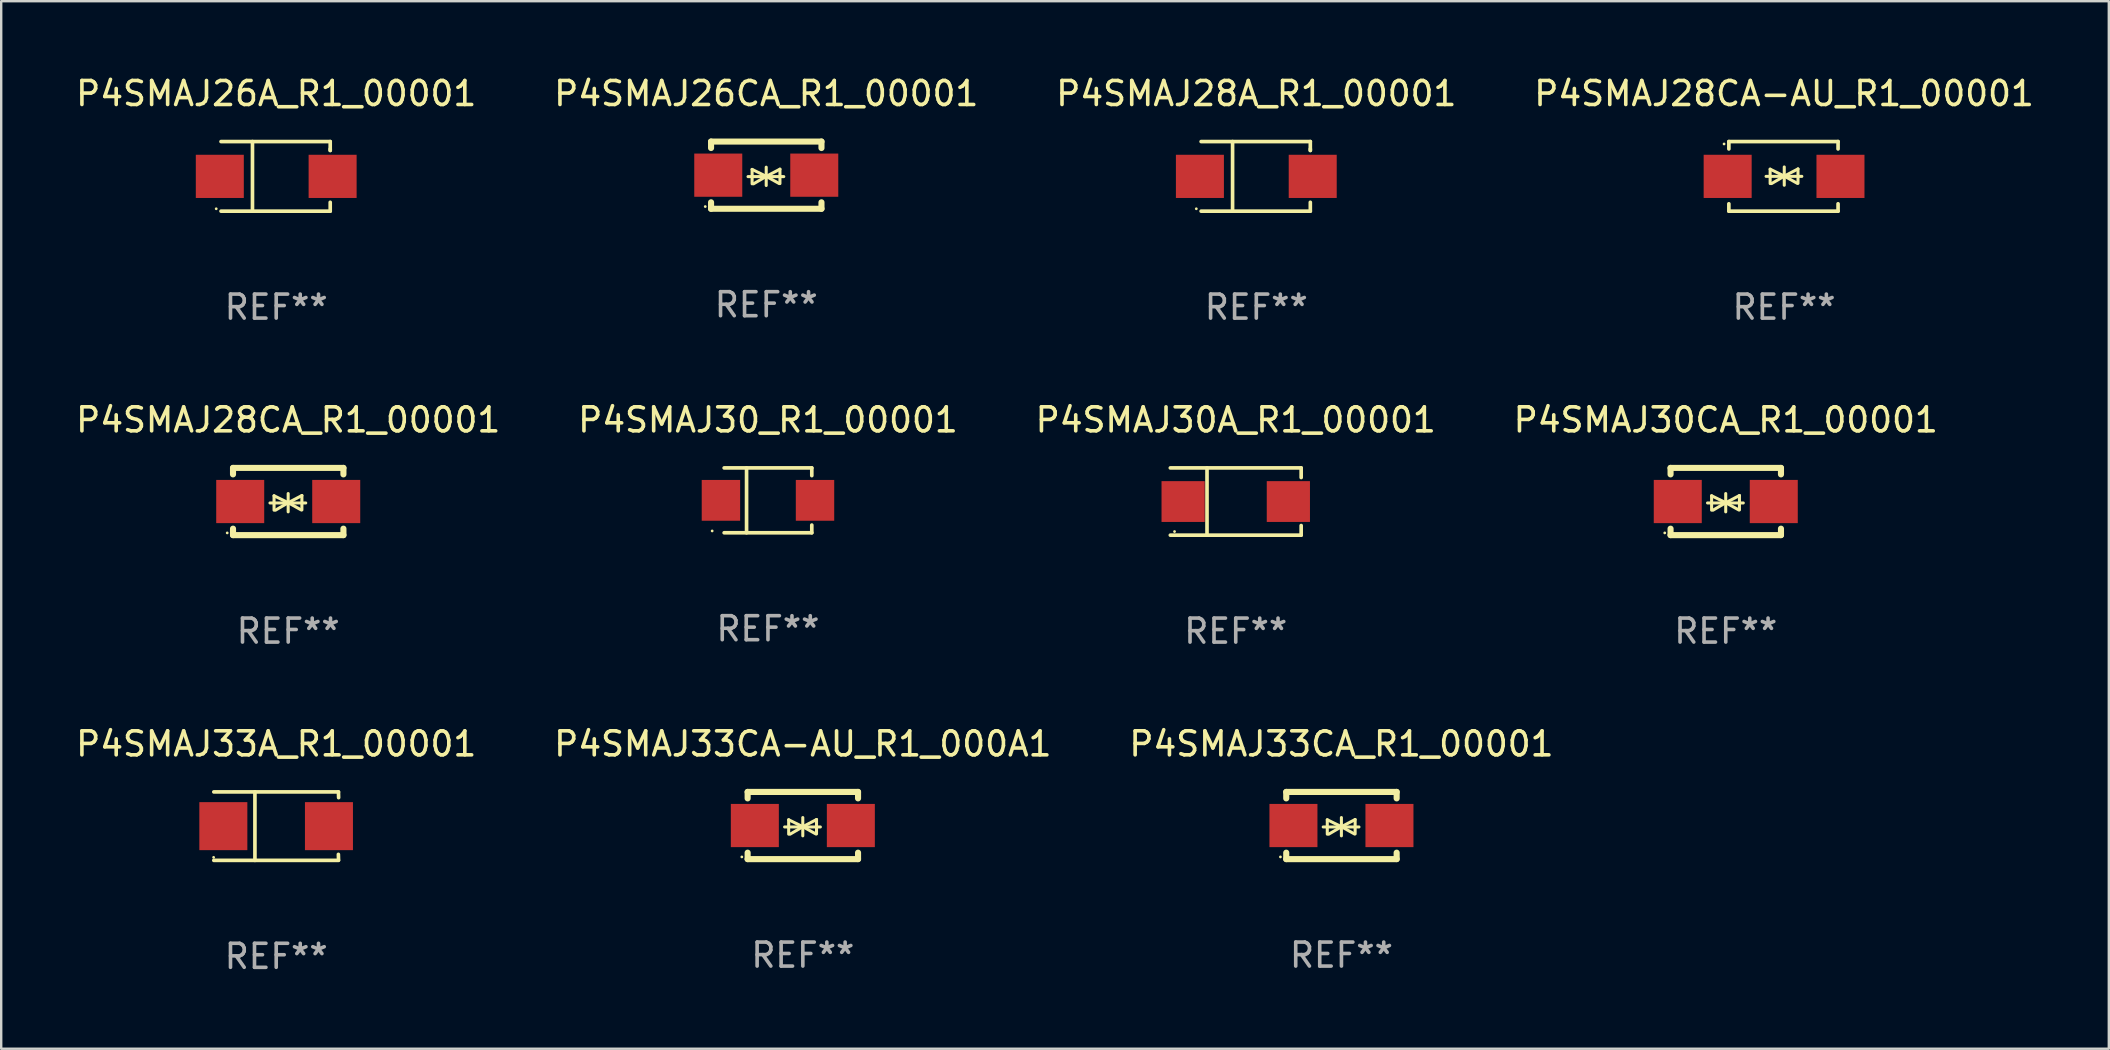
<source format=kicad_pcb>
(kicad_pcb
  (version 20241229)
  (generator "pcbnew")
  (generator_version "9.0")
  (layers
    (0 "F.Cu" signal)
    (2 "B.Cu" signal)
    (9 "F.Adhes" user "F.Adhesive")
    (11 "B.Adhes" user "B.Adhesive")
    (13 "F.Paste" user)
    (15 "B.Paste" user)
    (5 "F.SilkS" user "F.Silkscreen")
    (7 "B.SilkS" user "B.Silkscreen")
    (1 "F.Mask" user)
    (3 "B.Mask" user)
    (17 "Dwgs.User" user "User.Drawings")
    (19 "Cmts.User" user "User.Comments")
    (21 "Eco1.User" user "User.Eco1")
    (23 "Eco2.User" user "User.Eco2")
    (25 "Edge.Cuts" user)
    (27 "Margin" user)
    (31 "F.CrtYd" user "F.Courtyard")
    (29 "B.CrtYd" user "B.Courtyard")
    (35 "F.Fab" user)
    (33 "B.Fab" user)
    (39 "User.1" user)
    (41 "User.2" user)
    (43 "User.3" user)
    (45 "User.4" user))
  (footprint "P4SMAJ33A_R1_00001"
    (layer "F.Cu")
    (at 8.458 31.37)
    (property "Reference" "P4SMAJ33A_R1_00001" (at 0 -3.426 0) (layer "F.SilkS") (effects (font (size 1 1) (thickness 0.15))))
    (attr through_hole)
    (fp_line (start -2.6 -1.426) (end 2.593 -1.426) (stroke (width 0.152) (type solid)) (layer "F.SilkS"))
    (fp_line (start -2.6 1.426) (end 2.593 1.426) (stroke (width 0.152) (type solid)) (layer "F.SilkS"))
    (fp_line (start -0.887 -1.426) (end -0.887 1.426) (stroke (width 0.152) (type solid)) (layer "F.SilkS"))
    (fp_line (start 2.59 1.176) (end 2.597 1.415) (stroke (width 0.152) (type solid)) (layer "F.SilkS"))
    (fp_line (start 2.593 -1.426) (end 2.6 -1.187) (stroke (width 0.152) (type solid)) (layer "F.SilkS"))
    (fp_circle (center -2.608 1.3) (end -2.578 1.3) (stroke (width 0.06) (type solid)) (fill no) (layer "F.SilkS"))
    (fp_text user "REF**" (at 0 5.426 0) (layer "F.Fab") (effects (font (size 1 1) (thickness 0.15))))
    (pad "1" smd rect (at -2.203 0 180) (size 2 2) (layers "F.Cu" "F.Mask" "F.Paste"))
    (pad "2" smd rect (at 2.197 0 180) (size 2 2) (layers "F.Cu" "F.Mask" "F.Paste")))
  (footprint "P4SMAJ28CA_R1_00001"
    (layer "F.Cu")
    (at 8.958 17.845)
    (property "Reference" "P4SMAJ28CA_R1_00001" (at 0 -3.4 0) (layer "F.SilkS") (effects (font (size 1 1) (thickness 0.15))))
    (attr through_hole)
    (fp_line (start -2.3 -1.4) (end -2.3 -1.131) (stroke (width 0.254) (type solid)) (layer "F.SilkS"))
    (fp_line (start -2.3 -1.4) (end 2.3 -1.4) (stroke (width 0.254) (type solid)) (layer "F.SilkS"))
    (fp_line (start -2.3 1.131) (end -2.3 1.4) (stroke (width 0.254) (type solid)) (layer "F.SilkS"))
    (fp_line (start -2.3 1.4) (end 2.3 1.4) (stroke (width 0.254) (type solid)) (layer "F.SilkS"))
    (fp_line (start -0.76 0.06) (end 0.73 0.06) (stroke (width 0.127) (type solid)) (layer "F.SilkS"))
    (fp_line (start -0.59 -0.24) (end -0.59 0.36) (stroke (width 0.127) (type solid)) (layer "F.SilkS"))
    (fp_line (start -0.59 -0.24) (end -0.002 0.049) (stroke (width 0.127) (type solid)) (layer "F.SilkS"))
    (fp_line (start -0.53 0.36) (end -0.002 0.049) (stroke (width 0.127) (type solid)) (layer "F.SilkS"))
    (fp_line (start -0.002 0.049) (end -0.002 -0.332) (stroke (width 0.127) (type solid)) (layer "F.SilkS"))
    (fp_line (start -0.002 0.049) (end -0.002 0.43) (stroke (width 0.127) (type solid)) (layer "F.SilkS"))
    (fp_line (start 0.54 0.35) (end -0.002 0.049) (stroke (width 0.127) (type solid)) (layer "F.SilkS"))
    (fp_line (start 0.57 -0.25) (end -0.002 0.049) (stroke (width 0.127) (type solid)) (layer "F.SilkS"))
    (fp_line (start 0.57 -0.25) (end 0.57 0.35) (stroke (width 0.127) (type solid)) (layer "F.SilkS"))
    (fp_line (start 2.3 -1.4) (end 2.3 -1.131) (stroke (width 0.254) (type solid)) (layer "F.SilkS"))
    (fp_line (start 2.3 1.131) (end 2.3 1.4) (stroke (width 0.254) (type solid)) (layer "F.SilkS"))
    (fp_circle (center -2.542 1.308) (end -2.512 1.308) (stroke (width 0.06) (type solid)) (fill no) (layer "F.SilkS"))
    (fp_text user "REF**" (at 0 5.4 0) (layer "F.Fab") (effects (font (size 1 1) (thickness 0.15))))
    (pad "1" smd rect (at -2 0) (size 2 1.8) (layers "F.Cu" "F.Mask" "F.Paste"))
    (pad "2" smd rect (at 2 0) (size 2 1.8) (layers "F.Cu" "F.Mask" "F.Paste")))
  (footprint "P4SMAJ26CA_R1_00001"
    (layer "F.Cu")
    (at 28.875 4.248)
    (property "Reference" "P4SMAJ26CA_R1_00001" (at 0 -3.4 0) (layer "F.SilkS") (effects (font (size 1 1) (thickness 0.15))))
    (attr through_hole)
    (fp_line (start -2.3 -1.4) (end -2.3 -1.131) (stroke (width 0.254) (type solid)) (layer "F.SilkS"))
    (fp_line (start -2.3 -1.4) (end 2.3 -1.4) (stroke (width 0.254) (type solid)) (layer "F.SilkS"))
    (fp_line (start -2.3 1.131) (end -2.3 1.4) (stroke (width 0.254) (type solid)) (layer "F.SilkS"))
    (fp_line (start -2.3 1.4) (end 2.3 1.4) (stroke (width 0.254) (type solid)) (layer "F.SilkS"))
    (fp_line (start -0.76 0.06) (end 0.73 0.06) (stroke (width 0.127) (type solid)) (layer "F.SilkS"))
    (fp_line (start -0.59 -0.24) (end -0.59 0.36) (stroke (width 0.127) (type solid)) (layer "F.SilkS"))
    (fp_line (start -0.59 -0.24) (end -0.002 0.049) (stroke (width 0.127) (type solid)) (layer "F.SilkS"))
    (fp_line (start -0.53 0.36) (end -0.002 0.049) (stroke (width 0.127) (type solid)) (layer "F.SilkS"))
    (fp_line (start -0.002 0.049) (end -0.002 -0.332) (stroke (width 0.127) (type solid)) (layer "F.SilkS"))
    (fp_line (start -0.002 0.049) (end -0.002 0.43) (stroke (width 0.127) (type solid)) (layer "F.SilkS"))
    (fp_line (start 0.54 0.35) (end -0.002 0.049) (stroke (width 0.127) (type solid)) (layer "F.SilkS"))
    (fp_line (start 0.57 -0.25) (end -0.002 0.049) (stroke (width 0.127) (type solid)) (layer "F.SilkS"))
    (fp_line (start 0.57 -0.25) (end 0.57 0.35) (stroke (width 0.127) (type solid)) (layer "F.SilkS"))
    (fp_line (start 2.3 -1.4) (end 2.3 -1.131) (stroke (width 0.254) (type solid)) (layer "F.SilkS"))
    (fp_line (start 2.3 1.131) (end 2.3 1.4) (stroke (width 0.254) (type solid)) (layer "F.SilkS"))
    (fp_circle (center -2.542 1.308) (end -2.512 1.308) (stroke (width 0.06) (type solid)) (fill no) (layer "F.SilkS"))
    (fp_text user "REF**" (at 0 5.4 0) (layer "F.Fab") (effects (font (size 1 1) (thickness 0.15))))
    (pad "1" smd rect (at -2 0) (size 2 1.8) (layers "F.Cu" "F.Mask" "F.Paste"))
    (pad "2" smd rect (at 2 0) (size 2 1.8) (layers "F.Cu" "F.Mask" "F.Paste")))
  (footprint "P4SMAJ28A_R1_00001"
    (layer "F.Cu")
    (at 49.292 4.298)
    (property "Reference" "P4SMAJ28A_R1_00001" (at 0 -3.45 0) (layer "F.SilkS") (effects (font (size 1 1) (thickness 0.15))))
    (attr through_hole)
    (fp_line (start -2.3 -1.45) (end 2.25 -1.45) (stroke (width 0.152) (type solid)) (layer "F.SilkS"))
    (fp_line (start -0.989 -1.45) (end -0.989 1.45) (stroke (width 0.152) (type solid)) (layer "F.SilkS"))
    (fp_line (start 2.25 -1.45) (end 2.25 -1.08) (stroke (width 0.152) (type solid)) (layer "F.SilkS"))
    (fp_line (start 2.25 -1.08) (end 2.25 -1.142) (stroke (width 0.152) (type solid)) (layer "F.SilkS"))
    (fp_line (start 2.25 1.45) (end -2.3 1.45) (stroke (width 0.152) (type solid)) (layer "F.SilkS"))
    (fp_line (start 2.25 1.45) (end 2.25 1.08) (stroke (width 0.152) (type solid)) (layer "F.SilkS"))
    (fp_circle (center -2.5 1.35) (end -2.47 1.35) (stroke (width 0.06) (type solid)) (fill no) (layer "F.SilkS"))
    (fp_text user "REF**" (at 0 5.45 0) (layer "F.Fab") (effects (font (size 1 1) (thickness 0.15))))
    (pad "1" smd rect (at -2.35 0.000025) (size 2 1.8) (layers "F.Cu" "F.Mask" "F.Paste"))
    (pad "2" smd rect (at 2.35 0.000025) (size 2 1.8) (layers "F.Cu" "F.Mask" "F.Paste")))
  (footprint "P4SMAJ26A_R1_00001"
    (layer "F.Cu")
    (at 8.458 4.298)
    (property "Reference" "P4SMAJ26A_R1_00001" (at 0 -3.45 0) (layer "F.SilkS") (effects (font (size 1 1) (thickness 0.15))))
    (attr through_hole)
    (fp_line (start -2.3 -1.45) (end 2.25 -1.45) (stroke (width 0.152) (type solid)) (layer "F.SilkS"))
    (fp_line (start -0.989 -1.45) (end -0.989 1.45) (stroke (width 0.152) (type solid)) (layer "F.SilkS"))
    (fp_line (start 2.25 -1.45) (end 2.25 -1.08) (stroke (width 0.152) (type solid)) (layer "F.SilkS"))
    (fp_line (start 2.25 -1.08) (end 2.25 -1.142) (stroke (width 0.152) (type solid)) (layer "F.SilkS"))
    (fp_line (start 2.25 1.45) (end -2.3 1.45) (stroke (width 0.152) (type solid)) (layer "F.SilkS"))
    (fp_line (start 2.25 1.45) (end 2.25 1.08) (stroke (width 0.152) (type solid)) (layer "F.SilkS"))
    (fp_circle (center -2.5 1.35) (end -2.47 1.35) (stroke (width 0.06) (type solid)) (fill no) (layer "F.SilkS"))
    (fp_text user "REF**" (at 0 5.45 0) (layer "F.Fab") (effects (font (size 1 1) (thickness 0.15))))
    (pad "1" smd rect (at -2.35 0.000025) (size 2 1.8) (layers "F.Cu" "F.Mask" "F.Paste"))
    (pad "2" smd rect (at 2.35 0.000025) (size 2 1.8) (layers "F.Cu" "F.Mask" "F.Paste")))
  (footprint "P4SMAJ28CA-AU_R1_00001"
    (layer "F.Cu")
    (at 71.28 4.298)
    (property "Reference" "P4SMAJ28CA-AU_R1_00001" (at 0 -3.45 0) (layer "F.SilkS") (effects (font (size 1 1) (thickness 0.15))))
    (attr through_hole)
    (fp_line (start -2.3 -1.45) (end -2.3 -1.143) (stroke (width 0.152) (type solid)) (layer "F.SilkS"))
    (fp_line (start -2.3 -1.45) (end 2.25 -1.45) (stroke (width 0.152) (type solid)) (layer "F.SilkS"))
    (fp_line (start -2.3 1.45) (end -2.3 1.143) (stroke (width 0.152) (type solid)) (layer "F.SilkS"))
    (fp_line (start -0.75 0.000025) (end 0.74 0.000025) (stroke (width 0.127) (type solid)) (layer "F.SilkS"))
    (fp_line (start -0.58 -0.3) (end -0.58 0.3) (stroke (width 0.127) (type solid)) (layer "F.SilkS"))
    (fp_line (start -0.58 -0.3) (end 0.008 -0.011) (stroke (width 0.127) (type solid)) (layer "F.SilkS"))
    (fp_line (start -0.52 0.3) (end 0.008 -0.011) (stroke (width 0.127) (type solid)) (layer "F.SilkS"))
    (fp_line (start 0.008 -0.011) (end 0.008 -0.392) (stroke (width 0.127) (type solid)) (layer "F.SilkS"))
    (fp_line (start 0.008 -0.011) (end 0.008 0.37) (stroke (width 0.127) (type solid)) (layer "F.SilkS"))
    (fp_line (start 0.55 0.29) (end 0.008 -0.011) (stroke (width 0.127) (type solid)) (layer "F.SilkS"))
    (fp_line (start 0.58 -0.31) (end 0.008 -0.011) (stroke (width 0.127) (type solid)) (layer "F.SilkS"))
    (fp_line (start 0.58 -0.31) (end 0.58 0.29) (stroke (width 0.127) (type solid)) (layer "F.SilkS"))
    (fp_line (start 2.25 -1.45) (end 2.25 -1.143) (stroke (width 0.152) (type solid)) (layer "F.SilkS"))
    (fp_line (start 2.25 1.45) (end -2.3 1.45) (stroke (width 0.152) (type solid)) (layer "F.SilkS"))
    (fp_line (start 2.25 1.45) (end 2.25 1.143) (stroke (width 0.152) (type solid)) (layer "F.SilkS"))
    (fp_circle (center -2.5 -1.35) (end -2.47 -1.35) (stroke (width 0.06) (type solid)) (fill no) (layer "F.SilkS"))
    (fp_text user "REF**" (at 0 5.45 0) (layer "F.Fab") (effects (font (size 1 1) (thickness 0.15))))
    (pad "1" smd rect (at -2.35 -0.000025) (size 2 1.8) (layers "F.Cu" "F.Mask" "F.Paste"))
    (pad "2" smd rect (at 2.35 -0.000025) (size 2 1.8) (layers "F.Cu" "F.Mask" "F.Paste")))
  (footprint "P4SMAJ30_R1_00001"
    (layer "F.Cu")
    (at 28.946 17.796)
    (property "Reference" "P4SMAJ30_R1_00001" (at 0 -3.351 0) (layer "F.SilkS") (effects (font (size 1 1) (thickness 0.15))))
    (attr through_hole)
    (fp_line (start -1.826 -1.351) (end 1.826 -1.351) (stroke (width 0.152) (type solid)) (layer "F.SilkS"))
    (fp_line (start -1.826 1.351) (end 1.826 1.351) (stroke (width 0.152) (type solid)) (layer "F.SilkS"))
    (fp_line (start -0.892 -1.351) (end -0.892 1.351) (stroke (width 0.152) (type solid)) (layer "F.SilkS"))
    (fp_line (start 1.826 -1.351) (end 1.826 -1.03) (stroke (width 0.152) (type solid)) (layer "F.SilkS"))
    (fp_line (start 1.826 1.03) (end 1.826 1.351) (stroke (width 0.152) (type solid)) (layer "F.SilkS"))
    (fp_circle (center -2.325 1.275) (end -2.295 1.275) (stroke (width 0.06) (type solid)) (fill no) (layer "F.SilkS"))
    (fp_text user "REF**" (at 0 5.351 0) (layer "F.Fab") (effects (font (size 1 1) (thickness 0.15))))
    (pad "1" smd rect (at -1.96 0 180) (size 1.6 1.7) (layers "F.Cu" "F.Mask" "F.Paste"))
    (pad "2" smd rect (at 1.96 0 180) (size 1.6 1.7) (layers "F.Cu" "F.Mask" "F.Paste")))
  (footprint "P4SMAJ33CA_R1_00001"
    (layer "F.Cu")
    (at 52.839 31.344)
    (property "Reference" "P4SMAJ33CA_R1_00001" (at 0 -3.4 0) (layer "F.SilkS") (effects (font (size 1 1) (thickness 0.15))))
    (attr through_hole)
    (fp_line (start -2.3 -1.4) (end -2.3 -1.131) (stroke (width 0.254) (type solid)) (layer "F.SilkS"))
    (fp_line (start -2.3 -1.4) (end 2.3 -1.4) (stroke (width 0.254) (type solid)) (layer "F.SilkS"))
    (fp_line (start -2.3 1.131) (end -2.3 1.4) (stroke (width 0.254) (type solid)) (layer "F.SilkS"))
    (fp_line (start -2.3 1.4) (end 2.3 1.4) (stroke (width 0.254) (type solid)) (layer "F.SilkS"))
    (fp_line (start -0.76 0.06) (end 0.73 0.06) (stroke (width 0.127) (type solid)) (layer "F.SilkS"))
    (fp_line (start -0.59 -0.24) (end -0.59 0.36) (stroke (width 0.127) (type solid)) (layer "F.SilkS"))
    (fp_line (start -0.59 -0.24) (end -0.002 0.049) (stroke (width 0.127) (type solid)) (layer "F.SilkS"))
    (fp_line (start -0.53 0.36) (end -0.002 0.049) (stroke (width 0.127) (type solid)) (layer "F.SilkS"))
    (fp_line (start -0.002 0.049) (end -0.002 -0.332) (stroke (width 0.127) (type solid)) (layer "F.SilkS"))
    (fp_line (start -0.002 0.049) (end -0.002 0.43) (stroke (width 0.127) (type solid)) (layer "F.SilkS"))
    (fp_line (start 0.54 0.35) (end -0.002 0.049) (stroke (width 0.127) (type solid)) (layer "F.SilkS"))
    (fp_line (start 0.57 -0.25) (end -0.002 0.049) (stroke (width 0.127) (type solid)) (layer "F.SilkS"))
    (fp_line (start 0.57 -0.25) (end 0.57 0.35) (stroke (width 0.127) (type solid)) (layer "F.SilkS"))
    (fp_line (start 2.3 -1.4) (end 2.3 -1.131) (stroke (width 0.254) (type solid)) (layer "F.SilkS"))
    (fp_line (start 2.3 1.131) (end 2.3 1.4) (stroke (width 0.254) (type solid)) (layer "F.SilkS"))
    (fp_circle (center -2.542 1.308) (end -2.512 1.308) (stroke (width 0.06) (type solid)) (fill no) (layer "F.SilkS"))
    (fp_text user "REF**" (at 0 5.4 0) (layer "F.Fab") (effects (font (size 1 1) (thickness 0.15))))
    (pad "1" smd rect (at -2 0) (size 2 1.8) (layers "F.Cu" "F.Mask" "F.Paste"))
    (pad "2" smd rect (at 2 0) (size 2 1.8) (layers "F.Cu" "F.Mask" "F.Paste")))
  (footprint "P4SMAJ33CA-AU_R1_000A1"
    (layer "F.Cu")
    (at 30.399 31.344)
    (property "Reference" "P4SMAJ33CA-AU_R1_000A1" (at 0 -3.4 0) (layer "F.SilkS") (effects (font (size 1 1) (thickness 0.15))))
    (attr through_hole)
    (fp_line (start -2.3 -1.4) (end -2.3 -1.131) (stroke (width 0.254) (type solid)) (layer "F.SilkS"))
    (fp_line (start -2.3 -1.4) (end 2.3 -1.4) (stroke (width 0.254) (type solid)) (layer "F.SilkS"))
    (fp_line (start -2.3 1.131) (end -2.3 1.4) (stroke (width 0.254) (type solid)) (layer "F.SilkS"))
    (fp_line (start -2.3 1.4) (end 2.3 1.4) (stroke (width 0.254) (type solid)) (layer "F.SilkS"))
    (fp_line (start -0.76 0.06) (end 0.73 0.06) (stroke (width 0.127) (type solid)) (layer "F.SilkS"))
    (fp_line (start -0.59 -0.24) (end -0.59 0.36) (stroke (width 0.127) (type solid)) (layer "F.SilkS"))
    (fp_line (start -0.59 -0.24) (end -0.002 0.049) (stroke (width 0.127) (type solid)) (layer "F.SilkS"))
    (fp_line (start -0.53 0.36) (end -0.002 0.049) (stroke (width 0.127) (type solid)) (layer "F.SilkS"))
    (fp_line (start -0.002 0.049) (end -0.002 -0.332) (stroke (width 0.127) (type solid)) (layer "F.SilkS"))
    (fp_line (start -0.002 0.049) (end -0.002 0.43) (stroke (width 0.127) (type solid)) (layer "F.SilkS"))
    (fp_line (start 0.54 0.35) (end -0.002 0.049) (stroke (width 0.127) (type solid)) (layer "F.SilkS"))
    (fp_line (start 0.57 -0.25) (end -0.002 0.049) (stroke (width 0.127) (type solid)) (layer "F.SilkS"))
    (fp_line (start 0.57 -0.25) (end 0.57 0.35) (stroke (width 0.127) (type solid)) (layer "F.SilkS"))
    (fp_line (start 2.3 -1.4) (end 2.3 -1.131) (stroke (width 0.254) (type solid)) (layer "F.SilkS"))
    (fp_line (start 2.3 1.131) (end 2.3 1.4) (stroke (width 0.254) (type solid)) (layer "F.SilkS"))
    (fp_circle (center -2.542 1.308) (end -2.512 1.308) (stroke (width 0.06) (type solid)) (fill no) (layer "F.SilkS"))
    (fp_text user "REF**" (at 0 5.4 0) (layer "F.Fab") (effects (font (size 1 1) (thickness 0.15))))
    (pad "1" smd rect (at -2 0) (size 2 1.8) (layers "F.Cu" "F.Mask" "F.Paste"))
    (pad "2" smd rect (at 2 0) (size 2 1.8) (layers "F.Cu" "F.Mask" "F.Paste")))
  (footprint "P4SMAJ30A_R1_00001"
    (layer "F.Cu")
    (at 48.435 17.846)
    (property "Reference" "P4SMAJ30A_R1_00001" (at 0 -3.401 0) (layer "F.SilkS") (effects (font (size 1 1) (thickness 0.15))))
    (attr through_hole)
    (fp_line (start -2.726 -1.401) (end 2.726 -1.401) (stroke (width 0.152) (type solid)) (layer "F.SilkS"))
    (fp_line (start -2.726 1.401) (end 2.726 1.401) (stroke (width 0.152) (type solid)) (layer "F.SilkS"))
    (fp_line (start -1.197 -1.401) (end -1.197 1.401) (stroke (width 0.152) (type solid)) (layer "F.SilkS"))
    (fp_line (start 2.726 -1.401) (end 2.726 -1) (stroke (width 0.152) (type solid)) (layer "F.SilkS"))
    (fp_line (start 2.726 1.401) (end 2.726 1) (stroke (width 0.152) (type solid)) (layer "F.SilkS"))
    (fp_circle (center -2.55 1.25) (end -2.52 1.25) (stroke (width 0.06) (type solid)) (fill no) (layer "F.SilkS"))
    (fp_text user "REF**" (at 0 5.401 0) (layer "F.Fab") (effects (font (size 1 1) (thickness 0.15))))
    (pad "1" smd rect (at -2.192 0) (size 1.8 1.7) (layers "F.Cu" "F.Mask" "F.Paste"))
    (pad "2" smd rect (at 2.192 0) (size 1.8 1.7) (layers "F.Cu" "F.Mask" "F.Paste")))
  (footprint "P4SMAJ30CA_R1_00001"
    (layer "F.Cu")
    (at 68.851 17.845)
    (property "Reference" "P4SMAJ30CA_R1_00001" (at 0 -3.4 0) (layer "F.SilkS") (effects (font (size 1 1) (thickness 0.15))))
    (attr through_hole)
    (fp_line (start -2.3 -1.4) (end -2.3 -1.131) (stroke (width 0.254) (type solid)) (layer "F.SilkS"))
    (fp_line (start -2.3 -1.4) (end 2.3 -1.4) (stroke (width 0.254) (type solid)) (layer "F.SilkS"))
    (fp_line (start -2.3 1.131) (end -2.3 1.4) (stroke (width 0.254) (type solid)) (layer "F.SilkS"))
    (fp_line (start -2.3 1.4) (end 2.3 1.4) (stroke (width 0.254) (type solid)) (layer "F.SilkS"))
    (fp_line (start -0.76 0.06) (end 0.73 0.06) (stroke (width 0.127) (type solid)) (layer "F.SilkS"))
    (fp_line (start -0.59 -0.24) (end -0.59 0.36) (stroke (width 0.127) (type solid)) (layer "F.SilkS"))
    (fp_line (start -0.59 -0.24) (end -0.002 0.049) (stroke (width 0.127) (type solid)) (layer "F.SilkS"))
    (fp_line (start -0.53 0.36) (end -0.002 0.049) (stroke (width 0.127) (type solid)) (layer "F.SilkS"))
    (fp_line (start -0.002 0.049) (end -0.002 -0.332) (stroke (width 0.127) (type solid)) (layer "F.SilkS"))
    (fp_line (start -0.002 0.049) (end -0.002 0.43) (stroke (width 0.127) (type solid)) (layer "F.SilkS"))
    (fp_line (start 0.54 0.35) (end -0.002 0.049) (stroke (width 0.127) (type solid)) (layer "F.SilkS"))
    (fp_line (start 0.57 -0.25) (end -0.002 0.049) (stroke (width 0.127) (type solid)) (layer "F.SilkS"))
    (fp_line (start 0.57 -0.25) (end 0.57 0.35) (stroke (width 0.127) (type solid)) (layer "F.SilkS"))
    (fp_line (start 2.3 -1.4) (end 2.3 -1.131) (stroke (width 0.254) (type solid)) (layer "F.SilkS"))
    (fp_line (start 2.3 1.131) (end 2.3 1.4) (stroke (width 0.254) (type solid)) (layer "F.SilkS"))
    (fp_circle (center -2.542 1.308) (end -2.512 1.308) (stroke (width 0.06) (type solid)) (fill no) (layer "F.SilkS"))
    (fp_text user "REF**" (at 0 5.4 0) (layer "F.Fab") (effects (font (size 1 1) (thickness 0.15))))
    (pad "1" smd rect (at -2 0) (size 2 1.8) (layers "F.Cu" "F.Mask" "F.Paste"))
    (pad "2" smd rect (at 2 0) (size 2 1.8) (layers "F.Cu" "F.Mask" "F.Paste")))
  (gr_rect
    (start -3 -3)
    (end 84.81 40.644)
    (stroke (width 0.1) (type default))
    (fill no)
    (layer "Edge.Cuts")))
</source>
